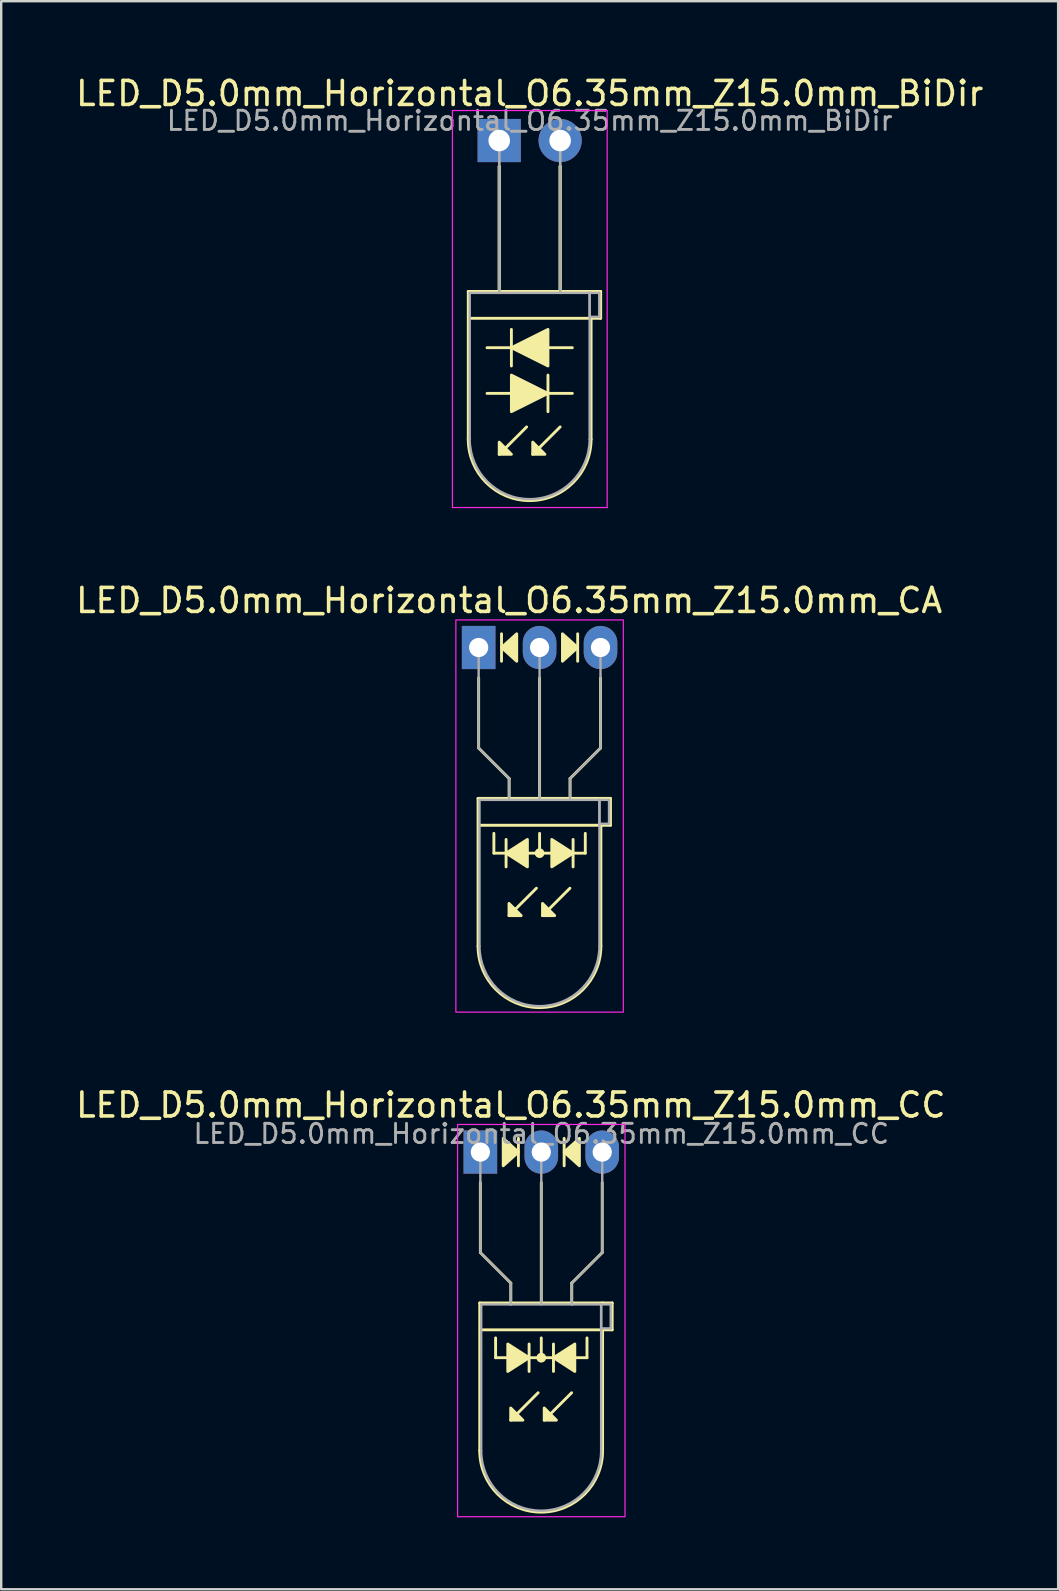
<source format=kicad_pcb>
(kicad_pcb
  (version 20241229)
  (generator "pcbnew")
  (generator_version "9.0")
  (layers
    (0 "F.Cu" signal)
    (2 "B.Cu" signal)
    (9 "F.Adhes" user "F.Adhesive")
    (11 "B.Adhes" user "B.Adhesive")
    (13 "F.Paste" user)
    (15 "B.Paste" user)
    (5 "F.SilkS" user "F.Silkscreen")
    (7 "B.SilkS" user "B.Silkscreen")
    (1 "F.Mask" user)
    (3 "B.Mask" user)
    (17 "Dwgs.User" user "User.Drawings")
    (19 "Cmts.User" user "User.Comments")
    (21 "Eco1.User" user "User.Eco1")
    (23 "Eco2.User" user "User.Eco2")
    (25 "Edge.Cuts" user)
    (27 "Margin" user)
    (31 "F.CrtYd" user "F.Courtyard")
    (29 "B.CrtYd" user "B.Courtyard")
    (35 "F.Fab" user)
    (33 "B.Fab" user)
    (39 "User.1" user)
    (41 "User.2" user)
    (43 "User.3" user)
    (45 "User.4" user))
  (footprint "LED_D5.0mm_Horizontal_O6.35mm_Z15.0mm_BiDir"
    (layer "F.Cu")
    (at 17.76 2.808)
    (property "Reference" "LED_D5.0mm_Horizontal_O6.35mm_Z15.0mm_BiDir" (at 1.27 -1.96 0) (layer "F.SilkS") (effects (font (size 1 1) (thickness 0.15))))
    (fp_line (start -1.29 6.29) (end -1.29 12.45) (stroke (width 0.12) (type solid)) (layer "F.SilkS"))
    (fp_line (start -1.29 6.29) (end 3.83 6.29) (stroke (width 0.12) (type solid)) (layer "F.SilkS"))
    (fp_line (start -0.508 10.541) (end 0.508 10.541) (stroke (width 0.12) (type solid)) (layer "F.SilkS"))
    (fp_line (start 0 1.08) (end 0 1.08) (stroke (width 0.12) (type solid)) (layer "F.SilkS"))
    (fp_line (start 0 1.08) (end 0 6.29) (stroke (width 0.12) (type solid)) (layer "F.SilkS"))
    (fp_line (start 0 6.29) (end 0 1.08) (stroke (width 0.12) (type solid)) (layer "F.SilkS"))
    (fp_line (start 0 6.29) (end 0 6.29) (stroke (width 0.12) (type solid)) (layer "F.SilkS"))
    (fp_line (start 0.508 7.874) (end 0.508 9.398) (stroke (width 0.12) (type solid)) (layer "F.SilkS"))
    (fp_line (start 0.508 8.636) (end -0.508 8.636) (stroke (width 0.12) (type solid)) (layer "F.SilkS"))
    (fp_line (start 1.143 11.938) (end 0 13.081) (stroke (width 0.12) (type solid)) (layer "F.SilkS"))
    (fp_line (start 2.032 10.541) (end 3.048 10.541) (stroke (width 0.12) (type solid)) (layer "F.SilkS"))
    (fp_line (start 2.032 11.303) (end 2.032 9.779) (stroke (width 0.12) (type solid)) (layer "F.SilkS"))
    (fp_line (start 2.54 1.08) (end 2.54 1.08) (stroke (width 0.12) (type solid)) (layer "F.SilkS"))
    (fp_line (start 2.54 1.08) (end 2.54 6.29) (stroke (width 0.12) (type solid)) (layer "F.SilkS"))
    (fp_line (start 2.54 6.29) (end 2.54 1.08) (stroke (width 0.12) (type solid)) (layer "F.SilkS"))
    (fp_line (start 2.54 6.29) (end 2.54 6.29) (stroke (width 0.12) (type solid)) (layer "F.SilkS"))
    (fp_line (start 2.54 11.938) (end 1.397 13.081) (stroke (width 0.12) (type solid)) (layer "F.SilkS"))
    (fp_line (start 3.048 8.636) (end 2.032 8.636) (stroke (width 0.12) (type solid)) (layer "F.SilkS"))
    (fp_line (start 3.83 6.29) (end 4.23 6.29) (stroke (width 0.12) (type solid)) (layer "F.SilkS"))
    (fp_line (start 3.83 7.41) (end 3.83 12.45) (stroke (width 0.12) (type solid)) (layer "F.SilkS"))
    (fp_line (start 4.23 6.29) (end 4.23 7.41) (stroke (width 0.12) (type solid)) (layer "F.SilkS"))
    (fp_line (start 4.23 7.41) (end -1.27 7.41) (stroke (width 0.12) (type solid)) (layer "F.SilkS"))
    (fp_arc (start 3.83 12.45) (mid 1.27 15.01) (end -1.29 12.45) (stroke (width 0.12) (type solid)) (layer "F.SilkS"))
    (fp_poly (pts (xy 0 12.573) (xy 0.508 13.081) (xy 0 13.081)) (stroke (width 0.12) (type solid)) (fill yes) (layer "F.SilkS"))
    (fp_poly (pts (xy 0.508 9.779) (xy 2.032 10.541) (xy 0.508 11.303)) (stroke (width 0.12) (type solid)) (fill yes) (layer "F.SilkS"))
    (fp_poly (pts (xy 1.397 12.573) (xy 1.905 13.081) (xy 1.397 13.081)) (stroke (width 0.12) (type solid)) (fill yes) (layer "F.SilkS"))
    (fp_poly (pts (xy 2.032 9.398) (xy 0.508 8.636) (xy 2.032 7.874)) (stroke (width 0.12) (type solid)) (fill yes) (layer "F.SilkS"))
    (fp_line (start -1.95 -1.25) (end -1.95 15.3) (stroke (width 0.05) (type solid)) (layer "F.CrtYd"))
    (fp_line (start -1.95 15.3) (end 4.5 15.3) (stroke (width 0.05) (type solid)) (layer "F.CrtYd"))
    (fp_line (start 4.5 -1.25) (end -1.95 -1.25) (stroke (width 0.05) (type solid)) (layer "F.CrtYd"))
    (fp_line (start 4.5 15.3) (end 4.5 -1.25) (stroke (width 0.05) (type solid)) (layer "F.CrtYd"))
    (fp_line (start -1.23 6.35) (end -1.23 12.45) (stroke (width 0.1) (type solid)) (layer "F.Fab"))
    (fp_line (start -1.23 6.35) (end 3.77 6.35) (stroke (width 0.1) (type solid)) (layer "F.Fab"))
    (fp_line (start 0 0) (end 0 0) (stroke (width 0.1) (type solid)) (layer "F.Fab"))
    (fp_line (start 0 0) (end 0 6.35) (stroke (width 0.1) (type solid)) (layer "F.Fab"))
    (fp_line (start 0 6.35) (end 0 0) (stroke (width 0.1) (type solid)) (layer "F.Fab"))
    (fp_line (start 0 6.35) (end 0 6.35) (stroke (width 0.1) (type solid)) (layer "F.Fab"))
    (fp_line (start 2.54 0) (end 2.54 0) (stroke (width 0.1) (type solid)) (layer "F.Fab"))
    (fp_line (start 2.54 0) (end 2.54 6.35) (stroke (width 0.1) (type solid)) (layer "F.Fab"))
    (fp_line (start 2.54 6.35) (end 2.54 0) (stroke (width 0.1) (type solid)) (layer "F.Fab"))
    (fp_line (start 2.54 6.35) (end 2.54 6.35) (stroke (width 0.1) (type solid)) (layer "F.Fab"))
    (fp_line (start 3.77 6.35) (end 3.77 12.45) (stroke (width 0.1) (type solid)) (layer "F.Fab"))
    (fp_line (start 3.77 6.35) (end 4.17 6.35) (stroke (width 0.1) (type solid)) (layer "F.Fab"))
    (fp_line (start 3.77 7.35) (end 3.77 6.35) (stroke (width 0.1) (type solid)) (layer "F.Fab"))
    (fp_line (start 4.17 6.35) (end 4.17 7.35) (stroke (width 0.1) (type solid)) (layer "F.Fab"))
    (fp_line (start 4.17 7.35) (end 3.77 7.35) (stroke (width 0.1) (type solid)) (layer "F.Fab"))
    (fp_arc (start 3.77 12.45) (mid 1.27 14.95) (end -1.23 12.45) (stroke (width 0.1) (type solid)) (layer "F.Fab"))
    (fp_text user "${REFERENCE}" (at 1.27 -0.826 0) (layer "F.Fab") (effects (font (size 0.8 0.8) (thickness 0.12))))
    (pad "1" thru_hole rect (at 0 0) (size 1.8 1.8) (drill 0.9) (layers "*.Cu" "*.Mask"))
    (pad "2" thru_hole circle (at 2.54 0) (size 1.8 1.8) (drill 0.9) (layers "*.Cu" "*.Mask")))
  (footprint "LED_D5.0mm_Horizontal_O6.35mm_Z15.0mm_CA"
    (layer "F.Cu")
    (at 16.903 23.942)
    (property "Reference" "LED_D5.0mm_Horizontal_O6.35mm_Z15.0mm_CA" (at 1.27 -1.96 0) (layer "F.SilkS") (effects (font (size 1 1) (thickness 0.15))))
    (fp_line (start -0.025 6.29) (end -0.025 12.45) (stroke (width 0.12) (type solid)) (layer "F.SilkS"))
    (fp_line (start -0.025 6.29) (end 5.095 6.29) (stroke (width 0.12) (type solid)) (layer "F.SilkS"))
    (fp_line (start 0 1.27) (end 0 4.191) (stroke (width 0.12) (type default)) (layer "F.SilkS"))
    (fp_line (start 0 4.191) (end 1.27 5.461) (stroke (width 0.12) (type default)) (layer "F.SilkS"))
    (fp_line (start 0.635 8.572) (end 0.635 7.747) (stroke (width 0.12) (type default)) (layer "F.SilkS"))
    (fp_line (start 0.635 8.572) (end 4.445 8.572) (stroke (width 0.12) (type default)) (layer "F.SilkS"))
    (fp_line (start 0.953 -0.572) (end 0.953 0.572) (stroke (width 0.12) (type solid)) (layer "F.SilkS"))
    (fp_line (start 1.143 8.001) (end 1.143 9.144) (stroke (width 0.12) (type solid)) (layer "F.SilkS"))
    (fp_line (start 1.265 6.29) (end 1.265 6.29) (stroke (width 0.12) (type solid)) (layer "F.SilkS"))
    (fp_line (start 1.27 5.461) (end 1.27 6.29) (stroke (width 0.12) (type default)) (layer "F.SilkS"))
    (fp_line (start 2.408 10.033) (end 1.265 11.176) (stroke (width 0.12) (type solid)) (layer "F.SilkS"))
    (fp_line (start 2.54 6.29) (end 2.54 1.27) (stroke (width 0.12) (type default)) (layer "F.SilkS"))
    (fp_line (start 2.54 8.572) (end 2.54 7.747) (stroke (width 0.12) (type default)) (layer "F.SilkS"))
    (fp_line (start 3.805 6.29) (end 3.805 6.29) (stroke (width 0.12) (type solid)) (layer "F.SilkS"))
    (fp_line (start 3.805 10.033) (end 2.662 11.176) (stroke (width 0.12) (type solid)) (layer "F.SilkS"))
    (fp_line (start 3.81 5.461) (end 3.81 6.29) (stroke (width 0.12) (type default)) (layer "F.SilkS"))
    (fp_line (start 3.937 9.144) (end 3.937 8.001) (stroke (width 0.12) (type solid)) (layer "F.SilkS"))
    (fp_line (start 4.128 0.572) (end 4.128 -0.572) (stroke (width 0.12) (type solid)) (layer "F.SilkS"))
    (fp_line (start 4.445 8.572) (end 4.445 7.747) (stroke (width 0.12) (type default)) (layer "F.SilkS"))
    (fp_line (start 5.08 1.27) (end 5.08 4.191) (stroke (width 0.12) (type default)) (layer "F.SilkS"))
    (fp_line (start 5.08 4.191) (end 3.81 5.461) (stroke (width 0.12) (type default)) (layer "F.SilkS"))
    (fp_line (start 5.095 6.29) (end 5.495 6.29) (stroke (width 0.12) (type solid)) (layer "F.SilkS"))
    (fp_line (start 5.095 7.41) (end 5.095 12.45) (stroke (width 0.12) (type solid)) (layer "F.SilkS"))
    (fp_line (start 5.495 6.29) (end 5.495 7.41) (stroke (width 0.12) (type solid)) (layer "F.SilkS"))
    (fp_line (start 5.495 7.41) (end -0.005 7.41) (stroke (width 0.12) (type solid)) (layer "F.SilkS"))
    (fp_arc (start 5.095 12.45) (mid 2.535 15.01) (end -0.025 12.45) (stroke (width 0.12) (type solid)) (layer "F.SilkS"))
    (fp_circle (center 2.54 8.572) (end 2.682 8.572) (stroke (width 0.12) (type solid)) (fill yes) (layer "F.SilkS"))
    (fp_poly (pts (xy 1.265 10.668) (xy 1.773 11.176) (xy 1.265 11.176)) (stroke (width 0.12) (type solid)) (fill yes) (layer "F.SilkS"))
    (fp_poly (pts (xy 1.587 0.572) (xy 0.953 0) (xy 1.587 -0.572)) (stroke (width 0.12) (type solid)) (fill yes) (layer "F.SilkS"))
    (fp_poly (pts (xy 2.032 9.144) (xy 1.143 8.572) (xy 2.032 8.001)) (stroke (width 0.12) (type solid)) (fill yes) (layer "F.SilkS"))
    (fp_poly (pts (xy 2.662 10.668) (xy 3.17 11.176) (xy 2.662 11.176)) (stroke (width 0.12) (type solid)) (fill yes) (layer "F.SilkS"))
    (fp_poly (pts (xy 3.048 8.001) (xy 3.937 8.572) (xy 3.048 9.144)) (stroke (width 0.12) (type solid)) (fill yes) (layer "F.SilkS"))
    (fp_poly (pts (xy 3.493 -0.572) (xy 4.128 0) (xy 3.493 0.572)) (stroke (width 0.12) (type solid)) (fill yes) (layer "F.SilkS"))
    (fp_rect (start -0.95 -1.15) (end 6.03 15.2) (stroke (width 0.05) (type default)) (fill no) (layer "F.CrtYd"))
    (fp_line (start 0 0) (end 0 0) (stroke (width 0.1) (type solid)) (layer "F.Fab"))
    (fp_line (start 0 4.191) (end 0 0) (stroke (width 0.1) (type default)) (layer "F.Fab"))
    (fp_line (start 0.035 6.35) (end 0.035 12.45) (stroke (width 0.1) (type solid)) (layer "F.Fab"))
    (fp_line (start 0.035 6.35) (end 5.035 6.35) (stroke (width 0.1) (type solid)) (layer "F.Fab"))
    (fp_line (start 1.265 6.35) (end 1.265 6.35) (stroke (width 0.1) (type solid)) (layer "F.Fab"))
    (fp_line (start 1.27 5.461) (end 0 4.191) (stroke (width 0.1) (type default)) (layer "F.Fab"))
    (fp_line (start 1.27 5.461) (end 1.27 6.35) (stroke (width 0.1) (type default)) (layer "F.Fab"))
    (fp_line (start 2.54 0) (end 2.54 0) (stroke (width 0.1) (type solid)) (layer "F.Fab"))
    (fp_line (start 2.54 0) (end 2.54 6.35) (stroke (width 0.1) (type default)) (layer "F.Fab"))
    (fp_line (start 3.805 6.35) (end 3.805 6.35) (stroke (width 0.1) (type solid)) (layer "F.Fab"))
    (fp_line (start 3.81 5.461) (end 3.81 6.35) (stroke (width 0.1) (type default)) (layer "F.Fab"))
    (fp_line (start 3.81 5.461) (end 5.08 4.191) (stroke (width 0.1) (type default)) (layer "F.Fab"))
    (fp_line (start 5.035 6.35) (end 5.035 12.45) (stroke (width 0.1) (type solid)) (layer "F.Fab"))
    (fp_line (start 5.035 6.35) (end 5.435 6.35) (stroke (width 0.1) (type solid)) (layer "F.Fab"))
    (fp_line (start 5.035 7.35) (end 5.035 6.35) (stroke (width 0.1) (type solid)) (layer "F.Fab"))
    (fp_line (start 5.08 4.191) (end 5.08 0) (stroke (width 0.1) (type default)) (layer "F.Fab"))
    (fp_line (start 5.435 6.35) (end 5.435 7.35) (stroke (width 0.1) (type solid)) (layer "F.Fab"))
    (fp_line (start 5.435 7.35) (end 5.035 7.35) (stroke (width 0.1) (type solid)) (layer "F.Fab"))
    (fp_arc (start 5.035 12.45) (mid 2.535 14.95) (end 0.035 12.45) (stroke (width 0.1) (type solid)) (layer "F.Fab"))
    (pad "1" thru_hole rect (at 0 0) (size 1.4 1.8) (drill 0.8) (layers "*.Cu" "*.Mask"))
    (pad "2" thru_hole oval (at 2.54 0) (size 1.4 1.8) (drill 0.8) (layers "*.Cu" "*.Mask"))
    (pad "3" thru_hole oval (at 5.08 0) (size 1.4 1.8) (drill 0.8) (layers "*.Cu" "*.Mask")))
  (footprint "LED_D5.0mm_Horizontal_O6.35mm_Z15.0mm_CC"
    (layer "F.Cu")
    (at 16.974 44.975)
    (property "Reference" "LED_D5.0mm_Horizontal_O6.35mm_Z15.0mm_CC" (at 1.27 -1.96 0) (layer "F.SilkS") (effects (font (size 1 1) (thickness 0.15))))
    (fp_line (start -0.025 6.29) (end -0.025 12.45) (stroke (width 0.12) (type solid)) (layer "F.SilkS"))
    (fp_line (start -0.025 6.29) (end 5.095 6.29) (stroke (width 0.12) (type solid)) (layer "F.SilkS"))
    (fp_line (start 0 1.27) (end 0 4.191) (stroke (width 0.12) (type default)) (layer "F.SilkS"))
    (fp_line (start 0 4.191) (end 1.27 5.461) (stroke (width 0.12) (type default)) (layer "F.SilkS"))
    (fp_line (start 0.635 8.572) (end 0.635 7.747) (stroke (width 0.12) (type default)) (layer "F.SilkS"))
    (fp_line (start 0.635 8.572) (end 4.445 8.572) (stroke (width 0.12) (type default)) (layer "F.SilkS"))
    (fp_line (start 1.265 6.29) (end 1.265 6.29) (stroke (width 0.12) (type solid)) (layer "F.SilkS"))
    (fp_line (start 1.27 5.461) (end 1.27 6.29) (stroke (width 0.12) (type default)) (layer "F.SilkS"))
    (fp_line (start 1.587 0.572) (end 1.587 -0.572) (stroke (width 0.12) (type solid)) (layer "F.SilkS"))
    (fp_line (start 2.032 9.144) (end 2.032 8.001) (stroke (width 0.12) (type solid)) (layer "F.SilkS"))
    (fp_line (start 2.408 10.033) (end 1.265 11.176) (stroke (width 0.12) (type solid)) (layer "F.SilkS"))
    (fp_line (start 2.54 6.29) (end 2.54 1.27) (stroke (width 0.12) (type default)) (layer "F.SilkS"))
    (fp_line (start 2.54 8.572) (end 2.54 7.747) (stroke (width 0.12) (type default)) (layer "F.SilkS"))
    (fp_line (start 3.048 8.001) (end 3.048 9.144) (stroke (width 0.12) (type solid)) (layer "F.SilkS"))
    (fp_line (start 3.493 -0.572) (end 3.493 0.572) (stroke (width 0.12) (type solid)) (layer "F.SilkS"))
    (fp_line (start 3.805 6.29) (end 3.805 6.29) (stroke (width 0.12) (type solid)) (layer "F.SilkS"))
    (fp_line (start 3.805 10.033) (end 2.662 11.176) (stroke (width 0.12) (type solid)) (layer "F.SilkS"))
    (fp_line (start 3.81 5.461) (end 3.81 6.29) (stroke (width 0.12) (type default)) (layer "F.SilkS"))
    (fp_line (start 4.445 8.572) (end 4.445 7.747) (stroke (width 0.12) (type default)) (layer "F.SilkS"))
    (fp_line (start 5.08 1.27) (end 5.08 4.191) (stroke (width 0.12) (type default)) (layer "F.SilkS"))
    (fp_line (start 5.08 4.191) (end 3.81 5.461) (stroke (width 0.12) (type default)) (layer "F.SilkS"))
    (fp_line (start 5.095 6.29) (end 5.495 6.29) (stroke (width 0.12) (type solid)) (layer "F.SilkS"))
    (fp_line (start 5.095 7.41) (end 5.095 12.45) (stroke (width 0.12) (type solid)) (layer "F.SilkS"))
    (fp_line (start 5.495 6.29) (end 5.495 7.41) (stroke (width 0.12) (type solid)) (layer "F.SilkS"))
    (fp_line (start 5.495 7.41) (end -0.005 7.41) (stroke (width 0.12) (type solid)) (layer "F.SilkS"))
    (fp_arc (start 5.095 12.45) (mid 2.535 15.01) (end -0.025 12.45) (stroke (width 0.12) (type solid)) (layer "F.SilkS"))
    (fp_circle (center 2.54 8.572) (end 2.682 8.572) (stroke (width 0.12) (type solid)) (fill yes) (layer "F.SilkS"))
    (fp_poly (pts (xy 0.953 -0.572) (xy 1.587 0) (xy 0.953 0.572)) (stroke (width 0.12) (type solid)) (fill yes) (layer "F.SilkS"))
    (fp_poly (pts (xy 1.143 8.001) (xy 2.032 8.572) (xy 1.143 9.144)) (stroke (width 0.12) (type solid)) (fill yes) (layer "F.SilkS"))
    (fp_poly (pts (xy 1.265 10.668) (xy 1.773 11.176) (xy 1.265 11.176)) (stroke (width 0.12) (type solid)) (fill yes) (layer "F.SilkS"))
    (fp_poly (pts (xy 2.662 10.668) (xy 3.17 11.176) (xy 2.662 11.176)) (stroke (width 0.12) (type solid)) (fill yes) (layer "F.SilkS"))
    (fp_poly (pts (xy 3.937 9.144) (xy 3.048 8.572) (xy 3.937 8.001)) (stroke (width 0.12) (type solid)) (fill yes) (layer "F.SilkS"))
    (fp_poly (pts (xy 4.128 0.572) (xy 3.493 0) (xy 4.128 -0.572)) (stroke (width 0.12) (type solid)) (fill yes) (layer "F.SilkS"))
    (fp_rect (start -0.95 -1.15) (end 6.03 15.2) (stroke (width 0.05) (type default)) (fill no) (layer "F.CrtYd"))
    (fp_line (start 0 0) (end 0 0) (stroke (width 0.1) (type solid)) (layer "F.Fab"))
    (fp_line (start 0 4.191) (end 0 0) (stroke (width 0.1) (type default)) (layer "F.Fab"))
    (fp_line (start 0.035 6.35) (end 0.035 12.45) (stroke (width 0.1) (type solid)) (layer "F.Fab"))
    (fp_line (start 0.035 6.35) (end 5.035 6.35) (stroke (width 0.1) (type solid)) (layer "F.Fab"))
    (fp_line (start 1.265 6.35) (end 1.265 6.35) (stroke (width 0.1) (type solid)) (layer "F.Fab"))
    (fp_line (start 1.27 5.461) (end 0 4.191) (stroke (width 0.1) (type default)) (layer "F.Fab"))
    (fp_line (start 1.27 5.461) (end 1.27 6.35) (stroke (width 0.1) (type default)) (layer "F.Fab"))
    (fp_line (start 2.54 0) (end 2.54 0) (stroke (width 0.1) (type solid)) (layer "F.Fab"))
    (fp_line (start 2.54 0) (end 2.54 6.35) (stroke (width 0.1) (type default)) (layer "F.Fab"))
    (fp_line (start 3.805 6.35) (end 3.805 6.35) (stroke (width 0.1) (type solid)) (layer "F.Fab"))
    (fp_line (start 3.81 5.461) (end 3.81 6.35) (stroke (width 0.1) (type default)) (layer "F.Fab"))
    (fp_line (start 3.81 5.461) (end 5.08 4.191) (stroke (width 0.1) (type default)) (layer "F.Fab"))
    (fp_line (start 5.035 6.35) (end 5.035 12.45) (stroke (width 0.1) (type solid)) (layer "F.Fab"))
    (fp_line (start 5.035 6.35) (end 5.435 6.35) (stroke (width 0.1) (type solid)) (layer "F.Fab"))
    (fp_line (start 5.035 7.35) (end 5.035 6.35) (stroke (width 0.1) (type solid)) (layer "F.Fab"))
    (fp_line (start 5.08 4.191) (end 5.08 0) (stroke (width 0.1) (type default)) (layer "F.Fab"))
    (fp_line (start 5.435 6.35) (end 5.435 7.35) (stroke (width 0.1) (type solid)) (layer "F.Fab"))
    (fp_line (start 5.435 7.35) (end 5.035 7.35) (stroke (width 0.1) (type solid)) (layer "F.Fab"))
    (fp_arc (start 5.035 12.45) (mid 2.535 14.95) (end 0.035 12.45) (stroke (width 0.1) (type solid)) (layer "F.Fab"))
    (fp_text user "${REFERENCE}" (at 2.54 -0.762 0) (layer "F.Fab") (effects (font (size 0.8 0.8) (thickness 0.12))))
    (pad "1" thru_hole rect (at 0 0) (size 1.4 1.8) (drill 0.8) (layers "*.Cu" "*.Mask"))
    (pad "2" thru_hole oval (at 2.54 0) (size 1.4 1.8) (drill 0.8) (layers "*.Cu" "*.Mask"))
    (pad "3" thru_hole oval (at 5.08 0) (size 1.4 1.8) (drill 0.8) (layers "*.Cu" "*.Mask")))
  (gr_rect
    (start -3 -3)
    (end 41.06 63.2)
    (stroke (width 0.1) (type default))
    (fill no)
    (layer "Edge.Cuts")))
</source>
